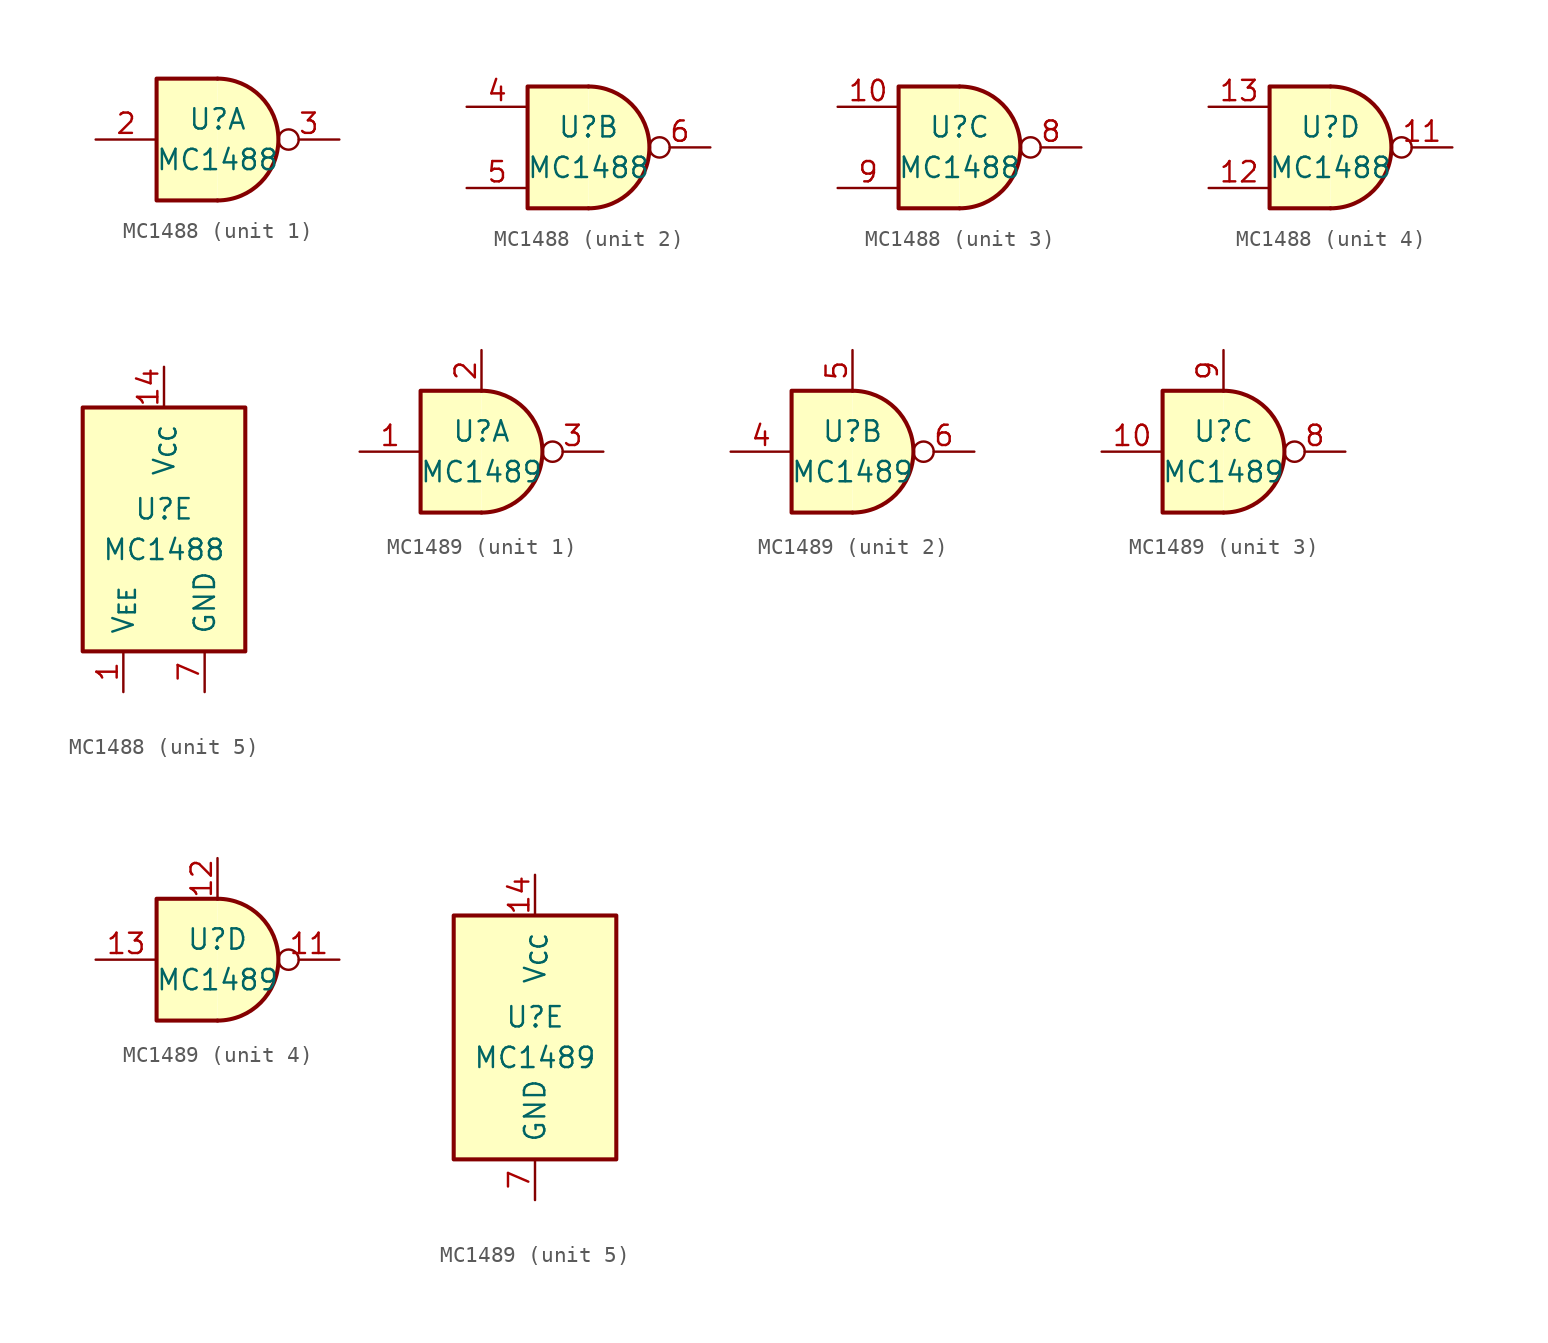
<source format=kicad_sym>
(kicad_symbol_lib
  (version 20241209)
  (generator "kicad_symbol_editor")
  (generator_version "9.0")
  (symbol "MC1488"
    (pin_names
      (offset 1.016))
    (property "Reference" "U"
      (at 0 1.27 0)
      (effects (font (size 1.27 1.27))))
    (property "Value" "MC1488"
      (at 0 -1.27 0)
      (effects (font (size 1.27 1.27))))
    (property "ki_locked" ""
      (at 0 0 0)
      (effects (font (size 1.27 1.27))))
    (symbol "MC1488_1_1"
      (arc (start 0 3.81) (mid 3.7934 0) (end 0 -3.81) (stroke (width 0.254) (type default)) (fill (type background)))
      (polyline (pts (xy 0 3.81) (xy -3.81 3.81) (xy -3.81 -3.81) (xy 0 -3.81)) (stroke (width 0.254) (type default)) (fill (type background)))
      (pin input line (at -7.62 0 0) (length 3.81) (name "~" (effects (font (size 1.27 1.27)))) (number "2" (effects (font (size 1.27 1.27)))))
      (pin output inverted (at 7.62 0 180) (length 3.81) (name "~" (effects (font (size 1.27 1.27)))) (number "3" (effects (font (size 1.27 1.27))))))
    (symbol "MC1488_2_1"
      (arc (start 0 3.81) (mid 3.7934 0) (end 0 -3.81) (stroke (width 0.254) (type default)) (fill (type background)))
      (polyline (pts (xy 0 3.81) (xy -3.81 3.81) (xy -3.81 -3.81) (xy 0 -3.81)) (stroke (width 0.254) (type default)) (fill (type background)))
      (pin input line (at -7.62 2.54 0) (length 3.81) (name "~" (effects (font (size 1.27 1.27)))) (number "4" (effects (font (size 1.27 1.27)))))
      (pin input line (at -7.62 -2.54 0) (length 3.81) (name "~" (effects (font (size 1.27 1.27)))) (number "5" (effects (font (size 1.27 1.27)))))
      (pin output inverted (at 7.62 0 180) (length 3.81) (name "~" (effects (font (size 1.27 1.27)))) (number "6" (effects (font (size 1.27 1.27))))))
    (symbol "MC1488_3_1"
      (arc (start 0 3.81) (mid 3.7934 0) (end 0 -3.81) (stroke (width 0.254) (type default)) (fill (type background)))
      (polyline (pts (xy 0 3.81) (xy -3.81 3.81) (xy -3.81 -3.81) (xy 0 -3.81)) (stroke (width 0.254) (type default)) (fill (type background)))
      (pin input line (at -7.62 2.54 0) (length 3.81) (name "~" (effects (font (size 1.27 1.27)))) (number "10" (effects (font (size 1.27 1.27)))))
      (pin input line (at -7.62 -2.54 0) (length 3.81) (name "~" (effects (font (size 1.27 1.27)))) (number "9" (effects (font (size 1.27 1.27)))))
      (pin output inverted (at 7.62 0 180) (length 3.81) (name "~" (effects (font (size 1.27 1.27)))) (number "8" (effects (font (size 1.27 1.27))))))
    (symbol "MC1488_4_1"
      (arc (start 0 3.81) (mid 3.7934 0) (end 0 -3.81) (stroke (width 0.254) (type default)) (fill (type background)))
      (polyline (pts (xy 0 3.81) (xy -3.81 3.81) (xy -3.81 -3.81) (xy 0 -3.81)) (stroke (width 0.254) (type default)) (fill (type background)))
      (pin input line (at -7.62 2.54 0) (length 3.81) (name "~" (effects (font (size 1.27 1.27)))) (number "13" (effects (font (size 1.27 1.27)))))
      (pin input line (at -7.62 -2.54 0) (length 3.81) (name "~" (effects (font (size 1.27 1.27)))) (number "12" (effects (font (size 1.27 1.27)))))
      (pin output inverted (at 7.62 0 180) (length 3.81) (name "~" (effects (font (size 1.27 1.27)))) (number "11" (effects (font (size 1.27 1.27))))))
    (symbol "MC1488_5_0"
      (pin power_in line (at -2.54 -10.16 90) (length 2.54) (name "V_{EE}" (effects (font (size 1.27 1.27)))) (number "1" (effects (font (size 1.27 1.27)))))
      (pin power_in line (at 0 10.16 270) (length 2.54) (name "V_{CC}" (effects (font (size 1.27 1.27)))) (number "14" (effects (font (size 1.27 1.27)))))
      (pin power_in line (at 2.54 -10.16 90) (length 2.54) (name "GND" (effects (font (size 1.27 1.27)))) (number "7" (effects (font (size 1.27 1.27))))))
    (symbol "MC1488_5_1"
      (rectangle (start -5.08 7.62) (end 5.08 -7.62) (stroke (width 0.254) (type default)) (fill (type background)))))
  (symbol "MC1489"
    (pin_names
      (offset 1.016))
    (property "Reference" "U"
      (at 0 1.27 0)
      (effects (font (size 1.27 1.27))))
    (property "Value" "MC1489"
      (at 0 -1.27 0)
      (effects (font (size 1.27 1.27))))
    (property "ki_locked" ""
      (at 0 0 0)
      (effects (font (size 1.27 1.27))))
    (symbol "MC1489_1_1"
      (arc (start 0 3.81) (mid 3.7934 0) (end 0 -3.81) (stroke (width 0.254) (type default)) (fill (type background)))
      (polyline (pts (xy 0 3.81) (xy -3.81 3.81) (xy -3.81 -3.81) (xy 0 -3.81)) (stroke (width 0.254) (type default)) (fill (type background)))
      (pin input line (at -7.62 0 0) (length 3.81) (name "~" (effects (font (size 1.27 1.27)))) (number "1" (effects (font (size 1.27 1.27)))))
      (pin input line (at 0 6.35 270) (length 2.54) (name "~" (effects (font (size 1.27 1.27)))) (number "2" (effects (font (size 1.27 1.27)))))
      (pin output inverted (at 7.62 0 180) (length 3.81) (name "~" (effects (font (size 1.27 1.27)))) (number "3" (effects (font (size 1.27 1.27))))))
    (symbol "MC1489_2_1"
      (arc (start 0 3.81) (mid 3.7934 0) (end 0 -3.81) (stroke (width 0.254) (type default)) (fill (type background)))
      (polyline (pts (xy 0 3.81) (xy -3.81 3.81) (xy -3.81 -3.81) (xy 0 -3.81)) (stroke (width 0.254) (type default)) (fill (type background)))
      (pin input line (at -7.62 0 0) (length 3.81) (name "~" (effects (font (size 1.27 1.27)))) (number "4" (effects (font (size 1.27 1.27)))))
      (pin input line (at 0 6.35 270) (length 2.54) (name "~" (effects (font (size 1.27 1.27)))) (number "5" (effects (font (size 1.27 1.27)))))
      (pin output inverted (at 7.62 0 180) (length 3.81) (name "~" (effects (font (size 1.27 1.27)))) (number "6" (effects (font (size 1.27 1.27))))))
    (symbol "MC1489_3_1"
      (arc (start 0 3.81) (mid 3.7934 0) (end 0 -3.81) (stroke (width 0.254) (type default)) (fill (type background)))
      (polyline (pts (xy 0 3.81) (xy -3.81 3.81) (xy -3.81 -3.81) (xy 0 -3.81)) (stroke (width 0.254) (type default)) (fill (type background)))
      (pin input line (at -7.62 0 0) (length 3.81) (name "~" (effects (font (size 1.27 1.27)))) (number "10" (effects (font (size 1.27 1.27)))))
      (pin input line (at 0 6.35 270) (length 2.54) (name "~" (effects (font (size 1.27 1.27)))) (number "9" (effects (font (size 1.27 1.27)))))
      (pin output inverted (at 7.62 0 180) (length 3.81) (name "~" (effects (font (size 1.27 1.27)))) (number "8" (effects (font (size 1.27 1.27))))))
    (symbol "MC1489_4_1"
      (arc (start 0 3.81) (mid 3.7934 0) (end 0 -3.81) (stroke (width 0.254) (type default)) (fill (type background)))
      (polyline (pts (xy 0 3.81) (xy -3.81 3.81) (xy -3.81 -3.81) (xy 0 -3.81)) (stroke (width 0.254) (type default)) (fill (type background)))
      (pin input line (at -7.62 0 0) (length 3.81) (name "~" (effects (font (size 1.27 1.27)))) (number "13" (effects (font (size 1.27 1.27)))))
      (pin input line (at 0 6.35 270) (length 2.54) (name "~" (effects (font (size 1.27 1.27)))) (number "12" (effects (font (size 1.27 1.27)))))
      (pin output inverted (at 7.62 0 180) (length 3.81) (name "~" (effects (font (size 1.27 1.27)))) (number "11" (effects (font (size 1.27 1.27))))))
    (symbol "MC1489_5_0"
      (pin power_in line (at 0 10.16 270) (length 2.54) (name "V_{CC}" (effects (font (size 1.27 1.27)))) (number "14" (effects (font (size 1.27 1.27)))))
      (pin power_in line (at 0 -10.16 90) (length 2.54) (name "GND" (effects (font (size 1.27 1.27)))) (number "7" (effects (font (size 1.27 1.27))))))
    (symbol "MC1489_5_1"
      (rectangle (start -5.08 7.62) (end 5.08 -7.62) (stroke (width 0.254) (type default)) (fill (type background))))))
</source>
